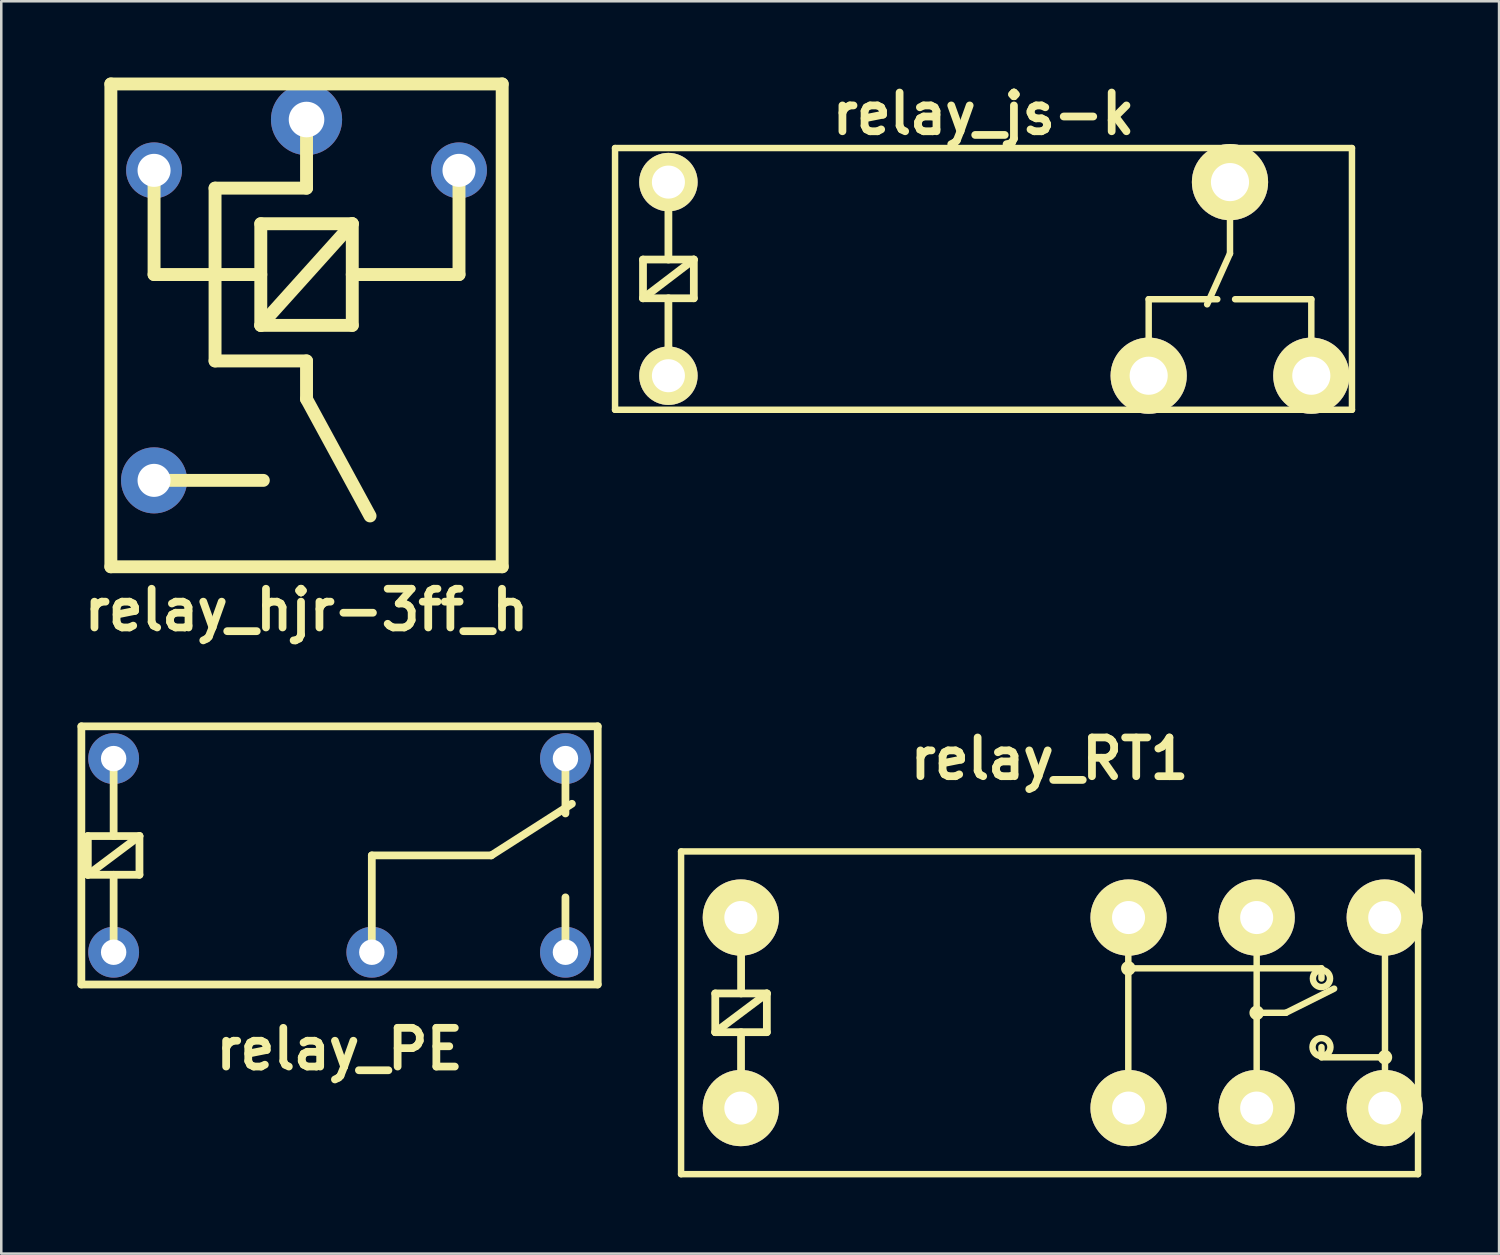
<source format=kicad_pcb>
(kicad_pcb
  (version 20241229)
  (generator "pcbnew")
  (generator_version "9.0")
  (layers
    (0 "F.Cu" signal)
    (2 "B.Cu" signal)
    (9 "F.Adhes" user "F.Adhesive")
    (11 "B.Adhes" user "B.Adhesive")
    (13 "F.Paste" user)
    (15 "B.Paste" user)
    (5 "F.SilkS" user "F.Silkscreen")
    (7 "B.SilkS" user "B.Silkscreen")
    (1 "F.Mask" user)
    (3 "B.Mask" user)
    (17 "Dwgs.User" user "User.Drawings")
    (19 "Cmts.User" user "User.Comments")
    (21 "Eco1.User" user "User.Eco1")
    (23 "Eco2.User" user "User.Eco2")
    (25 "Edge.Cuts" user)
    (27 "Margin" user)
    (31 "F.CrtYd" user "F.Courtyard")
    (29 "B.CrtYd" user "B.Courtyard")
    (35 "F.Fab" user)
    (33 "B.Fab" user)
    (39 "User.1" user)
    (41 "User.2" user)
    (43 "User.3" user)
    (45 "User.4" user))
  (footprint "relay_hjr-3ff_h"
    (layer "F.Cu")
    (at 9.013 9.754)
    (property "Reference" "relay_hjr-3ff_h" (at 0 11.2 0) (layer "F.SilkS") (effects (font (size 1.524 1.524) (thickness 0.305))))
    (attr through_hole)
    (fp_line (start -7.7 -9.5) (end -7.7 9.5) (stroke (width 0.508) (type solid)) (layer "F.SilkS"))
    (fp_line (start -7.7 -9.5) (end 7.7 -9.5) (stroke (width 0.508) (type solid)) (layer "F.SilkS"))
    (fp_line (start -7.7 9.5) (end 7.7 9.5) (stroke (width 0.508) (type solid)) (layer "F.SilkS"))
    (fp_line (start -6 -6.1) (end -6 -2) (stroke (width 0.508) (type solid)) (layer "F.SilkS"))
    (fp_line (start -3.6 1.4) (end -3.6 -5.4) (stroke (width 0.508) (type solid)) (layer "F.SilkS"))
    (fp_line (start -1.8 -4) (end 1.8 -4) (stroke (width 0.508) (type solid)) (layer "F.SilkS"))
    (fp_line (start -1.8 -2) (end -6 -2) (stroke (width 0.508) (type solid)) (layer "F.SilkS"))
    (fp_line (start -1.8 0) (end -1.8 -4) (stroke (width 0.508) (type solid)) (layer "F.SilkS"))
    (fp_line (start -1.8 0) (end 1.8 -4) (stroke (width 0.508) (type solid)) (layer "F.SilkS"))
    (fp_line (start -1.7 6.1) (end -6 6.1) (stroke (width 0.508) (type solid)) (layer "F.SilkS"))
    (fp_line (start 0 -8.1) (end 0 -5.4) (stroke (width 0.508) (type solid)) (layer "F.SilkS"))
    (fp_line (start 0 -5.4) (end -3.6 -5.4) (stroke (width 0.508) (type solid)) (layer "F.SilkS"))
    (fp_line (start 0 1.4) (end -3.6 1.4) (stroke (width 0.508) (type solid)) (layer "F.SilkS"))
    (fp_line (start 0 1.4) (end 0 2.9) (stroke (width 0.508) (type solid)) (layer "F.SilkS"))
    (fp_line (start 0 2.9) (end 2.5 7.5) (stroke (width 0.508) (type solid)) (layer "F.SilkS"))
    (fp_line (start 1.8 -4) (end 1.8 0) (stroke (width 0.508) (type solid)) (layer "F.SilkS"))
    (fp_line (start 1.8 0) (end -1.8 0) (stroke (width 0.508) (type solid)) (layer "F.SilkS"))
    (fp_line (start 6 -6.1) (end 6 -2) (stroke (width 0.508) (type solid)) (layer "F.SilkS"))
    (fp_line (start 6 -2) (end 1.8 -2) (stroke (width 0.508) (type solid)) (layer "F.SilkS"))
    (fp_line (start 7.7 -9.5) (end 7.7 9.5) (stroke (width 0.508) (type solid)) (layer "F.SilkS"))
    (pad "1" thru_hole circle (at 0 -8.1) (size 2.8 2.8) (drill 1.4) (layers "*.Cu" "*.Mask"))
    (pad "2" thru_hole circle (at -6 -6.1) (size 2.2 2.2) (drill 1.3) (layers "*.Cu" "*.Mask"))
    (pad "3" thru_hole circle (at -6 6.1) (size 2.6 2.6) (drill 1.3) (layers "*.Cu" "*.Mask"))
    (pad "5" thru_hole circle (at 6 -6.1) (size 2.2 2.2) (drill 1.3) (layers "*.Cu" "*.Mask")))
  (footprint "relay_PE"
    (layer "F.Cu")
    (at 10.312 30.613)
    (property "Reference" "relay_PE" (at 0 7.62 0) (layer "F.SilkS") (effects (font (size 1.524 1.524) (thickness 0.305))))
    (attr through_hole)
    (fp_line (start -10.16 -5.08) (end -10.16 5.08) (stroke (width 0.305) (type solid)) (layer "F.SilkS"))
    (fp_line (start -10.16 5.08) (end 10.16 5.08) (stroke (width 0.305) (type solid)) (layer "F.SilkS"))
    (fp_line (start -9.906 -0.762) (end -7.874 -0.762) (stroke (width 0.305) (type solid)) (layer "F.SilkS"))
    (fp_line (start -9.906 0.762) (end -9.906 -0.762) (stroke (width 0.305) (type solid)) (layer "F.SilkS"))
    (fp_line (start -9.906 0.762) (end -7.874 -0.762) (stroke (width 0.305) (type solid)) (layer "F.SilkS"))
    (fp_line (start -8.89 -3.81) (end -8.89 -0.762) (stroke (width 0.305) (type solid)) (layer "F.SilkS"))
    (fp_line (start -8.89 3.81) (end -8.89 0.762) (stroke (width 0.305) (type solid)) (layer "F.SilkS"))
    (fp_line (start -7.874 -0.762) (end -7.874 0.762) (stroke (width 0.305) (type solid)) (layer "F.SilkS"))
    (fp_line (start -7.874 0.762) (end -9.906 0.762) (stroke (width 0.305) (type solid)) (layer "F.SilkS"))
    (fp_line (start 1.27 0) (end 5.969 0) (stroke (width 0.305) (type solid)) (layer "F.SilkS"))
    (fp_line (start 1.27 3.81) (end 1.27 0) (stroke (width 0.305) (type solid)) (layer "F.SilkS"))
    (fp_line (start 5.969 0) (end 9.144 -2.032) (stroke (width 0.305) (type solid)) (layer "F.SilkS"))
    (fp_line (start 8.89 -1.651) (end 8.89 -3.81) (stroke (width 0.305) (type solid)) (layer "F.SilkS"))
    (fp_line (start 8.89 3.81) (end 8.89 1.651) (stroke (width 0.305) (type solid)) (layer "F.SilkS"))
    (fp_line (start 10.16 -5.08) (end -10.16 -5.08) (stroke (width 0.305) (type solid)) (layer "F.SilkS"))
    (fp_line (start 10.16 5.08) (end 10.16 -5.08) (stroke (width 0.305) (type solid)) (layer "F.SilkS"))
    (pad "1" thru_hole circle (at -8.89 3.81 180) (size 2 2) (drill 1) (layers "*.Cu" "*.Mask"))
    (pad "2" thru_hole circle (at -8.89 -3.81 180) (size 2 2) (drill 1) (layers "*.Cu" "*.Mask"))
    (pad "11" thru_hole circle (at 1.27 3.81 180) (size 2 2) (drill 1) (layers "*.Cu" "*.Mask"))
    (pad "12" thru_hole circle (at 8.89 -3.81) (size 2 2) (drill 1) (layers "*.Cu" "*.Mask"))
    (pad "14" thru_hole circle (at 8.89 3.81 180) (size 2 2) (drill 1) (layers "*.Cu" "*.Mask")))
  (footprint "relay_RT1"
    (layer "F.Cu")
    (at 38.253 36.807)
    (property "Reference" "relay_RT1" (at 0 -10 0) (layer "F.SilkS") (effects (font (size 1.524 1.524) (thickness 0.305))))
    (attr through_hole)
    (fp_line (start -14.501 -6.35) (end -14.501 6.35) (stroke (width 0.254) (type solid)) (layer "F.SilkS"))
    (fp_line (start -14.501 6.35) (end 14.501 6.35) (stroke (width 0.254) (type solid)) (layer "F.SilkS"))
    (fp_line (start -13.157 -0.762) (end -11.125 -0.762) (stroke (width 0.305) (type solid)) (layer "F.SilkS"))
    (fp_line (start -13.155 0.762) (end -13.155 -0.762) (stroke (width 0.305) (type solid)) (layer "F.SilkS"))
    (fp_line (start -13.155 0.762) (end -11.123 -0.762) (stroke (width 0.305) (type solid)) (layer "F.SilkS"))
    (fp_line (start -12.141 3.81) (end -12.141 0.762) (stroke (width 0.305) (type solid)) (layer "F.SilkS"))
    (fp_line (start -12.139 -3.81) (end -12.139 -0.762) (stroke (width 0.305) (type solid)) (layer "F.SilkS"))
    (fp_line (start -11.125 -0.762) (end -11.125 0.762) (stroke (width 0.305) (type solid)) (layer "F.SilkS"))
    (fp_line (start -11.125 0.762) (end -13.157 0.762) (stroke (width 0.305) (type solid)) (layer "F.SilkS"))
    (fp_line (start 3.099 -1.75) (end 10.701 -1.75) (stroke (width 0.254) (type solid)) (layer "F.SilkS"))
    (fp_line (start 3.099 3.749) (end 3.099 -3.749) (stroke (width 0.254) (type solid)) (layer "F.SilkS"))
    (fp_line (start 8.151 -3.749) (end 8.151 3.749) (stroke (width 0.254) (type solid)) (layer "F.SilkS"))
    (fp_line (start 8.151 0) (end 9.299 0) (stroke (width 0.254) (type solid)) (layer "F.SilkS"))
    (fp_line (start 9.299 0) (end 11.199 -0.95) (stroke (width 0.254) (type solid)) (layer "F.SilkS"))
    (fp_line (start 10.701 -1.75) (end 10.701 -1.349) (stroke (width 0.254) (type solid)) (layer "F.SilkS"))
    (fp_line (start 10.701 1.349) (end 10.701 1.75) (stroke (width 0.254) (type solid)) (layer "F.SilkS"))
    (fp_line (start 13.2 1.75) (end 10.701 1.75) (stroke (width 0.254) (type solid)) (layer "F.SilkS"))
    (fp_line (start 13.2 3.749) (end 13.2 -3.749) (stroke (width 0.254) (type solid)) (layer "F.SilkS"))
    (fp_line (start 14.501 -6.35) (end -14.501 -6.35) (stroke (width 0.254) (type solid)) (layer "F.SilkS"))
    (fp_line (start 14.501 6.35) (end 14.501 -6.35) (stroke (width 0.254) (type solid)) (layer "F.SilkS"))
    (fp_circle (center 3.099 -1.75) (end 2.949 -1.699) (stroke (width 0.254) (type solid)) (fill no) (layer "F.SilkS"))
    (fp_circle (center 8.151 0) (end 8.001 0.051) (stroke (width 0.254) (type solid)) (fill no) (layer "F.SilkS"))
    (fp_circle (center 10.701 -1.349) (end 10.399 -1.199) (stroke (width 0.254) (type solid)) (fill no) (layer "F.SilkS"))
    (fp_circle (center 10.701 1.349) (end 10.351 1.4) (stroke (width 0.254) (type solid)) (fill no) (layer "F.SilkS"))
    (fp_circle (center 13.2 1.75) (end 13.051 1.801) (stroke (width 0.254) (type solid)) (fill no) (layer "F.SilkS"))
    (pad "1" thru_hole circle (at -12.149 3.749) (size 3 3) (drill 1.3) (layers "*.Cu" "*.Mask" "F.SilkS"))
    (pad "2" thru_hole circle (at -12.149 -3.749) (size 3 3) (drill 1.3) (layers "*.Cu" "*.Mask" "F.SilkS"))
    (pad "11" thru_hole circle (at 8.151 -3.749) (size 3 3) (drill 1.3) (layers "*.Cu" "*.Mask" "F.SilkS"))
    (pad "11" thru_hole circle (at 8.151 3.749) (size 3 3) (drill 1.3) (layers "*.Cu" "*.Mask" "F.SilkS"))
    (pad "12" thru_hole circle (at 3.109 -3.749) (size 3 3) (drill 1.3) (layers "*.Cu" "*.Mask" "F.SilkS"))
    (pad "12" thru_hole circle (at 3.109 3.749) (size 3 3) (drill 1.3) (layers "*.Cu" "*.Mask" "F.SilkS"))
    (pad "14" thru_hole circle (at 13.19 -3.749) (size 3 3) (drill 1.3) (layers "*.Cu" "*.Mask" "F.SilkS"))
    (pad "14" thru_hole circle (at 13.19 3.749) (size 3 3) (drill 1.3) (layers "*.Cu" "*.Mask" "F.SilkS")))
  (footprint "relay_js-k"
    (layer "F.Cu")
    (at 35.654 7.926)
    (property "Reference" "relay_js-k" (at 0 -6.5 0) (layer "F.SilkS") (effects (font (size 1.524 1.524) (thickness 0.305))))
    (attr through_hole)
    (fp_line (start -14.5 -5.15) (end -14.5 5.15) (stroke (width 0.254) (type solid)) (layer "F.SilkS"))
    (fp_line (start -14.5 5.15) (end 14.5 5.15) (stroke (width 0.254) (type solid)) (layer "F.SilkS"))
    (fp_line (start -13.4 -0.762) (end -11.4 -0.762) (stroke (width 0.305) (type solid)) (layer "F.SilkS"))
    (fp_line (start -13.4 0.762) (end -13.4 -0.762) (stroke (width 0.305) (type solid)) (layer "F.SilkS"))
    (fp_line (start -13.4 0.762) (end -11.4 -0.762) (stroke (width 0.305) (type solid)) (layer "F.SilkS"))
    (fp_line (start -12.4 -3.81) (end -12.4 -0.762) (stroke (width 0.305) (type solid)) (layer "F.SilkS"))
    (fp_line (start -12.4 3.81) (end -12.4 0.762) (stroke (width 0.305) (type solid)) (layer "F.SilkS"))
    (fp_line (start -11.4 -0.762) (end -11.4 0.762) (stroke (width 0.305) (type solid)) (layer "F.SilkS"))
    (fp_line (start -11.4 0.762) (end -13.4 0.762) (stroke (width 0.305) (type solid)) (layer "F.SilkS"))
    (fp_line (start 6.5 0.8) (end 9.2 0.8) (stroke (width 0.254) (type solid)) (layer "F.SilkS"))
    (fp_line (start 6.5 3.8) (end 6.5 0.8) (stroke (width 0.254) (type solid)) (layer "F.SilkS"))
    (fp_line (start 9.7 -3.8) (end 9.7 -1) (stroke (width 0.254) (type solid)) (layer "F.SilkS"))
    (fp_line (start 9.7 -1) (end 8.8 1) (stroke (width 0.254) (type solid)) (layer "F.SilkS"))
    (fp_line (start 12.9 0.8) (end 9.9 0.8) (stroke (width 0.254) (type solid)) (layer "F.SilkS"))
    (fp_line (start 12.9 3.8) (end 12.9 0.8) (stroke (width 0.254) (type solid)) (layer "F.SilkS"))
    (fp_line (start 14.5 -5.15) (end -14.5 -5.15) (stroke (width 0.254) (type solid)) (layer "F.SilkS"))
    (fp_line (start 14.5 5.15) (end 14.5 -5.15) (stroke (width 0.254) (type solid)) (layer "F.SilkS"))
    (pad "1" thru_hole circle (at 12.9 3.81) (size 3 3) (drill 1.5) (layers "*.Cu" "*.Mask" "F.SilkS"))
    (pad "2" thru_hole circle (at 6.5 3.81) (size 3 3) (drill 1.5) (layers "*.Cu" "*.Mask" "F.SilkS"))
    (pad "3" thru_hole circle (at -12.4 3.81) (size 2.3 2.3) (drill 1.3) (layers "*.Cu" "*.Mask" "F.SilkS"))
    (pad "4" thru_hole circle (at -12.4 -3.81) (size 2.3 2.3) (drill 1.3) (layers "*.Cu" "*.Mask" "F.SilkS"))
    (pad "5" thru_hole circle (at 9.7 -3.81) (size 3 3) (drill 1.5) (layers "*.Cu" "*.Mask" "F.SilkS")))
  (gr_rect
    (start -3 -3)
    (end 55.943 46.284)
    (stroke (width 0.1) (type default))
    (fill no)
    (layer "Edge.Cuts")))
</source>
